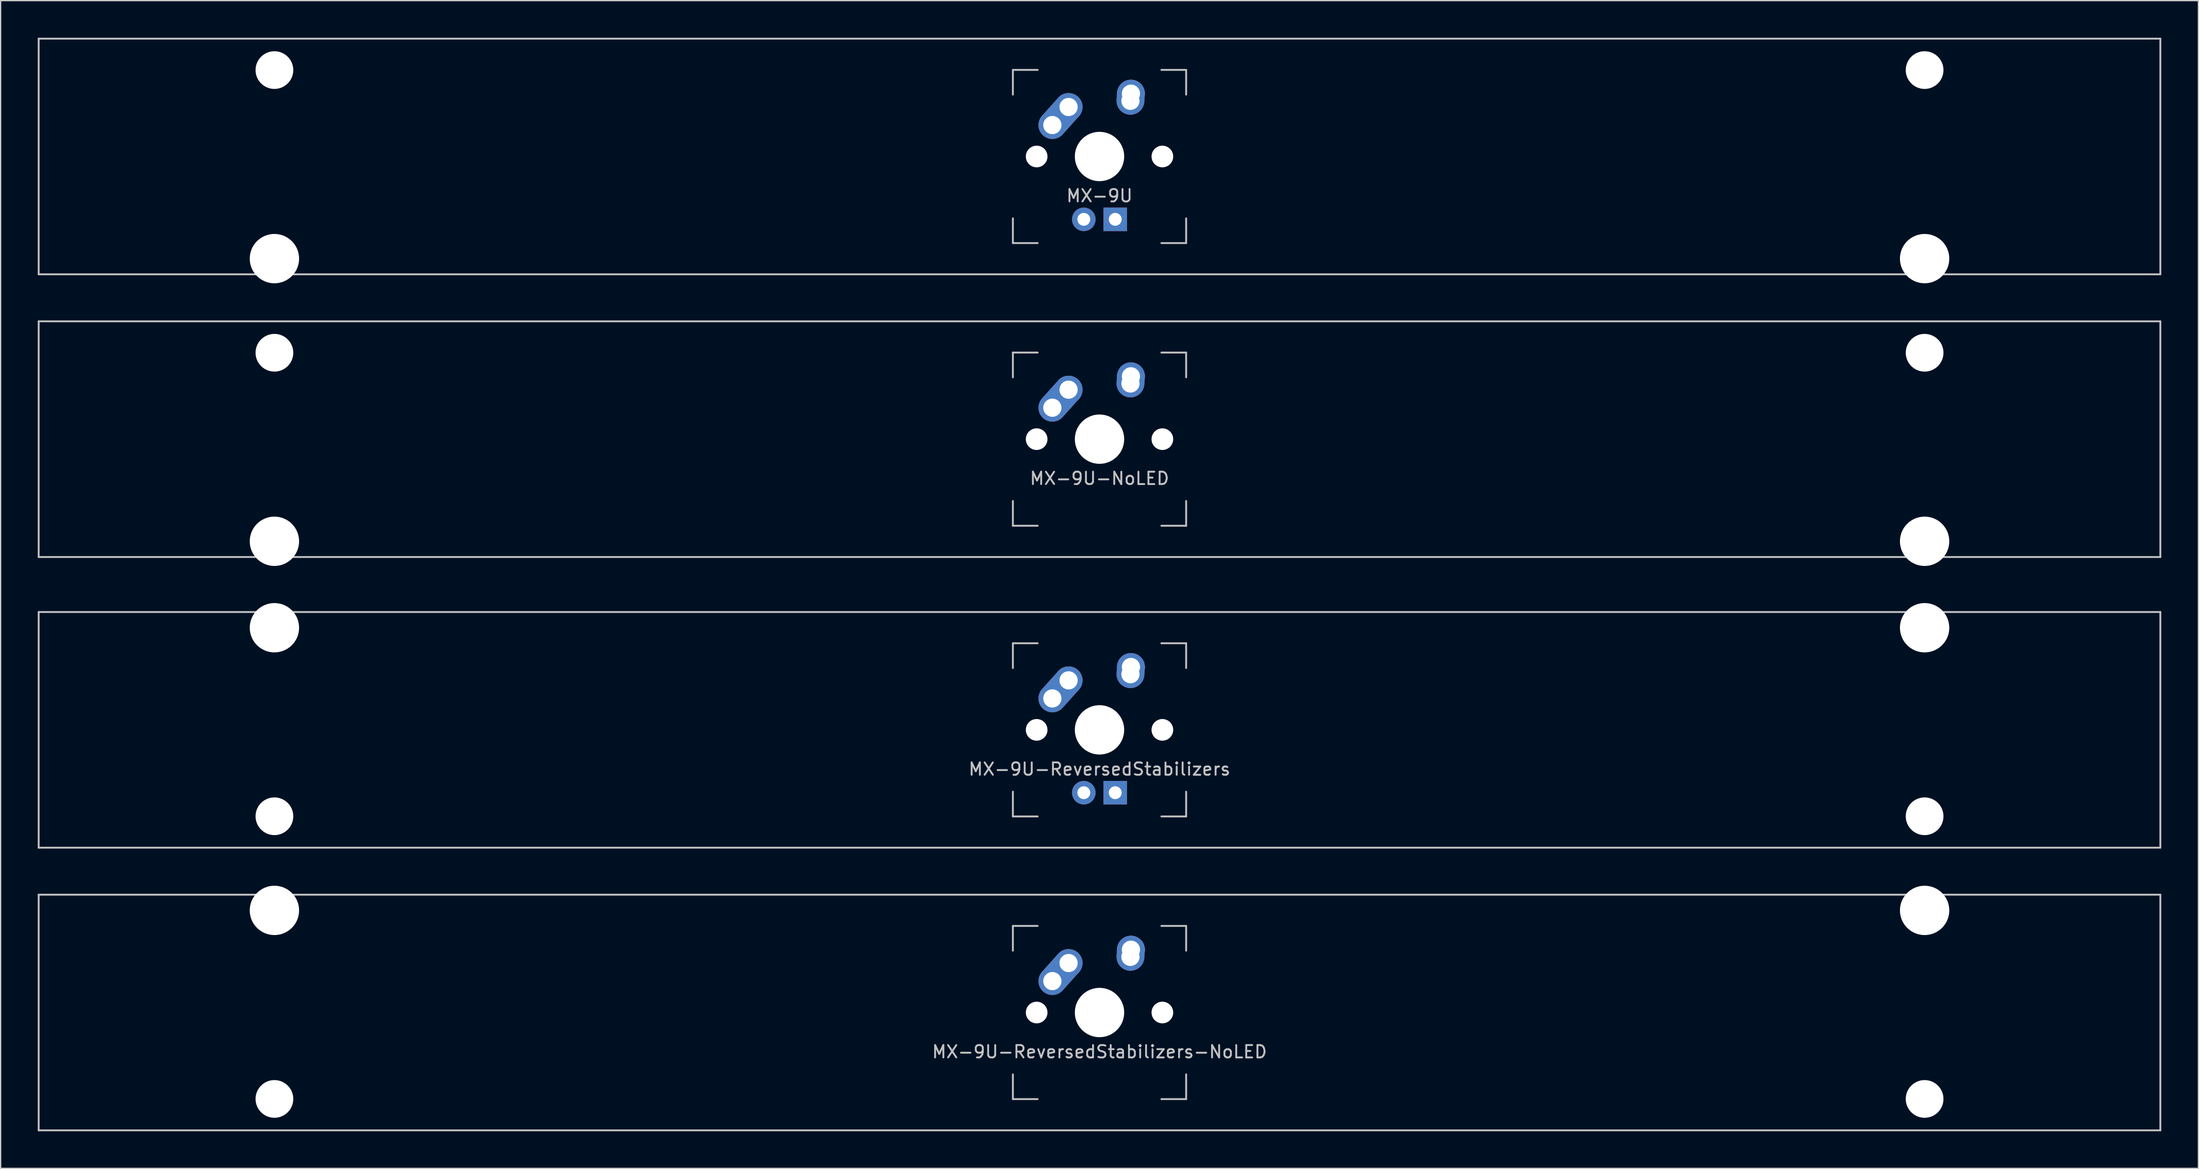
<source format=kicad_pcb>
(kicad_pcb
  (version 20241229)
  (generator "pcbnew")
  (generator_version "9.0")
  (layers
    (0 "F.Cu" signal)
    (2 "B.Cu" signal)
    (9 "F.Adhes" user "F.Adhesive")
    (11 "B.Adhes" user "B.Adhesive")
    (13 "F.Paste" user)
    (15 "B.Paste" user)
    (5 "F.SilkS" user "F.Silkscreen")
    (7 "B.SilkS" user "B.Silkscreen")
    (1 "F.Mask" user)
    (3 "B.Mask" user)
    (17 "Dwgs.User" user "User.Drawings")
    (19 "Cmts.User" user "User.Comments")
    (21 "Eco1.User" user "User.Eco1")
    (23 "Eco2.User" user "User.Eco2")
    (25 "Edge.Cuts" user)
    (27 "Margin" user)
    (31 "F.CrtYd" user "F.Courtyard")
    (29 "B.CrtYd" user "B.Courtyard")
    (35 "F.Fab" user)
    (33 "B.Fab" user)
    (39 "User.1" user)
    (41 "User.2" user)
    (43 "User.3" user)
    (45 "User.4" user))
  (footprint "MX-9U-ReversedStabilizers-NoLED"
    (layer "F.Cu")
    (at 85.8 78.796)
    (property "Reference" "MX-9U-ReversedStabilizers-NoLED" (at 0 3.175 0) (layer "Dwgs.User") (effects (font (size 1 1) (thickness 0.15))))
    (attr through_hole)
    (fp_line (start -85.725 -9.525) (end 85.725 -9.525) (stroke (width 0.15) (type solid)) (layer "Dwgs.User"))
    (fp_line (start -85.725 9.525) (end -85.725 -9.525) (stroke (width 0.15) (type solid)) (layer "Dwgs.User"))
    (fp_line (start -85.725 9.525) (end 85.725 9.525) (stroke (width 0.15) (type solid)) (layer "Dwgs.User"))
    (fp_line (start -7 -7) (end -7 -5) (stroke (width 0.15) (type solid)) (layer "Dwgs.User"))
    (fp_line (start -7 5) (end -7 7) (stroke (width 0.15) (type solid)) (layer "Dwgs.User"))
    (fp_line (start -7 7) (end -5 7) (stroke (width 0.15) (type solid)) (layer "Dwgs.User"))
    (fp_line (start -5 -7) (end -7 -7) (stroke (width 0.15) (type solid)) (layer "Dwgs.User"))
    (fp_line (start 5 -7) (end 7 -7) (stroke (width 0.15) (type solid)) (layer "Dwgs.User"))
    (fp_line (start 5 7) (end 7 7) (stroke (width 0.15) (type solid)) (layer "Dwgs.User"))
    (fp_line (start 7 -7) (end 7 -5) (stroke (width 0.15) (type solid)) (layer "Dwgs.User"))
    (fp_line (start 7 7) (end 7 5) (stroke (width 0.15) (type solid)) (layer "Dwgs.User"))
    (fp_line (start 85.725 -9.525) (end 85.725 9.525) (stroke (width 0.15) (type solid)) (layer "Dwgs.User"))
    (pad "" np_thru_hole circle (at -66.675 -8.255) (size 3.988 3.988) (drill 3.988) (layers "*.Cu" "*.Mask"))
    (pad "" np_thru_hole circle (at -66.675 6.985) (size 3.048 3.048) (drill 3.048) (layers "*.Cu" "*.Mask"))
    (pad "" np_thru_hole circle (at -5.08 0 48.1) (size 1.75 1.75) (drill 1.75) (layers "*.Cu" "*.Mask"))
    (pad "" np_thru_hole circle (at 0 0) (size 3.988 3.988) (drill 3.988) (layers "*.Cu" "*.Mask"))
    (pad "" np_thru_hole circle (at 5.08 0 48.1) (size 1.75 1.75) (drill 1.75) (layers "*.Cu" "*.Mask"))
    (pad "" np_thru_hole circle (at 66.675 -8.255) (size 3.988 3.988) (drill 3.988) (layers "*.Cu" "*.Mask"))
    (pad "" np_thru_hole circle (at 66.675 6.985) (size 3.048 3.048) (drill 3.048) (layers "*.Cu" "*.Mask"))
    (pad "1" thru_hole oval (at -3.81 -2.54 48.1) (size 4.212 2.25) (drill 1.47 (offset 0.981 0)) (layers "*.Cu" "*.Mask"))
    (pad "1" thru_hole circle (at -2.5 -4) (size 2.25 2.25) (drill 1.47) (layers "*.Cu" "*.Mask"))
    (pad "2" thru_hole oval (at 2.5 -4.5 86.055) (size 2.831 2.25) (drill 1.47 (offset 0.291 0)) (layers "*.Cu" "*.Mask"))
    (pad "2" thru_hole circle (at 2.54 -5.08) (size 2.25 2.25) (drill 1.47) (layers "*.Cu" "*.Mask")))
  (footprint "MX-9U-ReversedStabilizers"
    (layer "F.Cu")
    (at 85.8 55.947)
    (property "Reference" "MX-9U-ReversedStabilizers" (at 0 3.175 0) (layer "Dwgs.User") (effects (font (size 1 1) (thickness 0.15))))
    (attr through_hole)
    (fp_line (start -85.725 -9.525) (end 85.725 -9.525) (stroke (width 0.15) (type solid)) (layer "Dwgs.User"))
    (fp_line (start -85.725 9.525) (end -85.725 -9.525) (stroke (width 0.15) (type solid)) (layer "Dwgs.User"))
    (fp_line (start -85.725 9.525) (end 85.725 9.525) (stroke (width 0.15) (type solid)) (layer "Dwgs.User"))
    (fp_line (start -7 -7) (end -7 -5) (stroke (width 0.15) (type solid)) (layer "Dwgs.User"))
    (fp_line (start -7 5) (end -7 7) (stroke (width 0.15) (type solid)) (layer "Dwgs.User"))
    (fp_line (start -7 7) (end -5 7) (stroke (width 0.15) (type solid)) (layer "Dwgs.User"))
    (fp_line (start -5 -7) (end -7 -7) (stroke (width 0.15) (type solid)) (layer "Dwgs.User"))
    (fp_line (start 5 -7) (end 7 -7) (stroke (width 0.15) (type solid)) (layer "Dwgs.User"))
    (fp_line (start 5 7) (end 7 7) (stroke (width 0.15) (type solid)) (layer "Dwgs.User"))
    (fp_line (start 7 -7) (end 7 -5) (stroke (width 0.15) (type solid)) (layer "Dwgs.User"))
    (fp_line (start 7 7) (end 7 5) (stroke (width 0.15) (type solid)) (layer "Dwgs.User"))
    (fp_line (start 85.725 -9.525) (end 85.725 9.525) (stroke (width 0.15) (type solid)) (layer "Dwgs.User"))
    (pad "" np_thru_hole circle (at -66.675 -8.255) (size 3.988 3.988) (drill 3.988) (layers "*.Cu" "*.Mask"))
    (pad "" np_thru_hole circle (at -66.675 6.985) (size 3.048 3.048) (drill 3.048) (layers "*.Cu" "*.Mask"))
    (pad "" np_thru_hole circle (at -5.08 0 48.1) (size 1.75 1.75) (drill 1.75) (layers "*.Cu" "*.Mask"))
    (pad "" np_thru_hole circle (at 0 0) (size 3.988 3.988) (drill 3.988) (layers "*.Cu" "*.Mask"))
    (pad "" np_thru_hole circle (at 5.08 0 48.1) (size 1.75 1.75) (drill 1.75) (layers "*.Cu" "*.Mask"))
    (pad "" np_thru_hole circle (at 66.675 -8.255) (size 3.988 3.988) (drill 3.988) (layers "*.Cu" "*.Mask"))
    (pad "" np_thru_hole circle (at 66.675 6.985) (size 3.048 3.048) (drill 3.048) (layers "*.Cu" "*.Mask"))
    (pad "1" thru_hole oval (at -3.81 -2.54 48.1) (size 4.212 2.25) (drill 1.47 (offset 0.981 0)) (layers "*.Cu" "*.Mask"))
    (pad "1" thru_hole circle (at -2.5 -4) (size 2.25 2.25) (drill 1.47) (layers "*.Cu" "*.Mask"))
    (pad "2" thru_hole oval (at 2.5 -4.5 86.055) (size 2.831 2.25) (drill 1.47 (offset 0.291 0)) (layers "*.Cu" "*.Mask"))
    (pad "2" thru_hole circle (at 2.54 -5.08) (size 2.25 2.25) (drill 1.47) (layers "*.Cu" "*.Mask"))
    (pad "3" thru_hole circle (at -1.27 5.08) (size 1.905 1.905) (drill 1.04) (layers "*.Cu" "*.Mask"))
    (pad "4" thru_hole rect (at 1.27 5.08) (size 1.905 1.905) (drill 1.04) (layers "*.Cu" "*.Mask")))
  (footprint "MX-9U"
    (layer "F.Cu")
    (at 85.8 9.6)
    (property "Reference" "MX-9U" (at 0 3.175 0) (layer "Dwgs.User") (effects (font (size 1 1) (thickness 0.15))))
    (attr through_hole)
    (fp_line (start -85.725 -9.525) (end 85.725 -9.525) (stroke (width 0.15) (type solid)) (layer "Dwgs.User"))
    (fp_line (start -85.725 9.525) (end -85.725 -9.525) (stroke (width 0.15) (type solid)) (layer "Dwgs.User"))
    (fp_line (start -85.725 9.525) (end 85.725 9.525) (stroke (width 0.15) (type solid)) (layer "Dwgs.User"))
    (fp_line (start -7 -7) (end -7 -5) (stroke (width 0.15) (type solid)) (layer "Dwgs.User"))
    (fp_line (start -7 5) (end -7 7) (stroke (width 0.15) (type solid)) (layer "Dwgs.User"))
    (fp_line (start -7 7) (end -5 7) (stroke (width 0.15) (type solid)) (layer "Dwgs.User"))
    (fp_line (start -5 -7) (end -7 -7) (stroke (width 0.15) (type solid)) (layer "Dwgs.User"))
    (fp_line (start 5 -7) (end 7 -7) (stroke (width 0.15) (type solid)) (layer "Dwgs.User"))
    (fp_line (start 5 7) (end 7 7) (stroke (width 0.15) (type solid)) (layer "Dwgs.User"))
    (fp_line (start 7 -7) (end 7 -5) (stroke (width 0.15) (type solid)) (layer "Dwgs.User"))
    (fp_line (start 7 7) (end 7 5) (stroke (width 0.15) (type solid)) (layer "Dwgs.User"))
    (fp_line (start 85.725 -9.525) (end 85.725 9.525) (stroke (width 0.15) (type solid)) (layer "Dwgs.User"))
    (pad "" np_thru_hole circle (at -66.675 -6.985) (size 3.048 3.048) (drill 3.048) (layers "*.Cu" "*.Mask"))
    (pad "" np_thru_hole circle (at -66.675 8.255) (size 3.988 3.988) (drill 3.988) (layers "*.Cu" "*.Mask"))
    (pad "" np_thru_hole circle (at -5.08 0 48.1) (size 1.75 1.75) (drill 1.75) (layers "*.Cu" "*.Mask"))
    (pad "" np_thru_hole circle (at 0 0) (size 3.988 3.988) (drill 3.988) (layers "*.Cu" "*.Mask"))
    (pad "" np_thru_hole circle (at 5.08 0 48.1) (size 1.75 1.75) (drill 1.75) (layers "*.Cu" "*.Mask"))
    (pad "" np_thru_hole circle (at 66.675 -6.985) (size 3.048 3.048) (drill 3.048) (layers "*.Cu" "*.Mask"))
    (pad "" np_thru_hole circle (at 66.675 8.255) (size 3.988 3.988) (drill 3.988) (layers "*.Cu" "*.Mask"))
    (pad "1" thru_hole oval (at -3.81 -2.54 48.1) (size 4.212 2.25) (drill 1.47 (offset 0.981 0)) (layers "*.Cu" "*.Mask"))
    (pad "1" thru_hole circle (at -2.5 -4) (size 2.25 2.25) (drill 1.47) (layers "*.Cu" "*.Mask"))
    (pad "2" thru_hole oval (at 2.5 -4.5 86.055) (size 2.831 2.25) (drill 1.47 (offset 0.291 0)) (layers "*.Cu" "*.Mask"))
    (pad "2" thru_hole circle (at 2.54 -5.08) (size 2.25 2.25) (drill 1.47) (layers "*.Cu" "*.Mask"))
    (pad "3" thru_hole circle (at -1.27 5.08) (size 1.905 1.905) (drill 1.04) (layers "*.Cu" "*.Mask"))
    (pad "4" thru_hole rect (at 1.27 5.08) (size 1.905 1.905) (drill 1.04) (layers "*.Cu" "*.Mask")))
  (footprint "MX-9U-NoLED"
    (layer "F.Cu")
    (at 85.8 32.449)
    (property "Reference" "MX-9U-NoLED" (at 0 3.175 0) (layer "Dwgs.User") (effects (font (size 1 1) (thickness 0.15))))
    (attr through_hole)
    (fp_line (start -85.725 -9.525) (end 85.725 -9.525) (stroke (width 0.15) (type solid)) (layer "Dwgs.User"))
    (fp_line (start -85.725 9.525) (end -85.725 -9.525) (stroke (width 0.15) (type solid)) (layer "Dwgs.User"))
    (fp_line (start -85.725 9.525) (end 85.725 9.525) (stroke (width 0.15) (type solid)) (layer "Dwgs.User"))
    (fp_line (start -7 -7) (end -7 -5) (stroke (width 0.15) (type solid)) (layer "Dwgs.User"))
    (fp_line (start -7 5) (end -7 7) (stroke (width 0.15) (type solid)) (layer "Dwgs.User"))
    (fp_line (start -7 7) (end -5 7) (stroke (width 0.15) (type solid)) (layer "Dwgs.User"))
    (fp_line (start -5 -7) (end -7 -7) (stroke (width 0.15) (type solid)) (layer "Dwgs.User"))
    (fp_line (start 5 -7) (end 7 -7) (stroke (width 0.15) (type solid)) (layer "Dwgs.User"))
    (fp_line (start 5 7) (end 7 7) (stroke (width 0.15) (type solid)) (layer "Dwgs.User"))
    (fp_line (start 7 -7) (end 7 -5) (stroke (width 0.15) (type solid)) (layer "Dwgs.User"))
    (fp_line (start 7 7) (end 7 5) (stroke (width 0.15) (type solid)) (layer "Dwgs.User"))
    (fp_line (start 85.725 -9.525) (end 85.725 9.525) (stroke (width 0.15) (type solid)) (layer "Dwgs.User"))
    (pad "" np_thru_hole circle (at -66.675 -6.985) (size 3.048 3.048) (drill 3.048) (layers "*.Cu" "*.Mask"))
    (pad "" np_thru_hole circle (at -66.675 8.255) (size 3.988 3.988) (drill 3.988) (layers "*.Cu" "*.Mask"))
    (pad "" np_thru_hole circle (at -5.08 0 48.1) (size 1.75 1.75) (drill 1.75) (layers "*.Cu" "*.Mask"))
    (pad "" np_thru_hole circle (at 0 0) (size 3.988 3.988) (drill 3.988) (layers "*.Cu" "*.Mask"))
    (pad "" np_thru_hole circle (at 5.08 0 48.1) (size 1.75 1.75) (drill 1.75) (layers "*.Cu" "*.Mask"))
    (pad "" np_thru_hole circle (at 66.675 -6.985) (size 3.048 3.048) (drill 3.048) (layers "*.Cu" "*.Mask"))
    (pad "" np_thru_hole circle (at 66.675 8.255) (size 3.988 3.988) (drill 3.988) (layers "*.Cu" "*.Mask"))
    (pad "1" thru_hole oval (at -3.81 -2.54 48.1) (size 4.212 2.25) (drill 1.47 (offset 0.981 0)) (layers "*.Cu" "*.Mask"))
    (pad "1" thru_hole circle (at -2.5 -4) (size 2.25 2.25) (drill 1.47) (layers "*.Cu" "*.Mask"))
    (pad "2" thru_hole oval (at 2.5 -4.5 86.055) (size 2.831 2.25) (drill 1.47 (offset 0.291 0)) (layers "*.Cu" "*.Mask"))
    (pad "2" thru_hole circle (at 2.54 -5.08) (size 2.25 2.25) (drill 1.47) (layers "*.Cu" "*.Mask")))
  (gr_rect
    (start -3 -3)
    (end 174.6 91.396)
    (stroke (width 0.1) (type default))
    (fill no)
    (layer "Edge.Cuts")))
</source>
